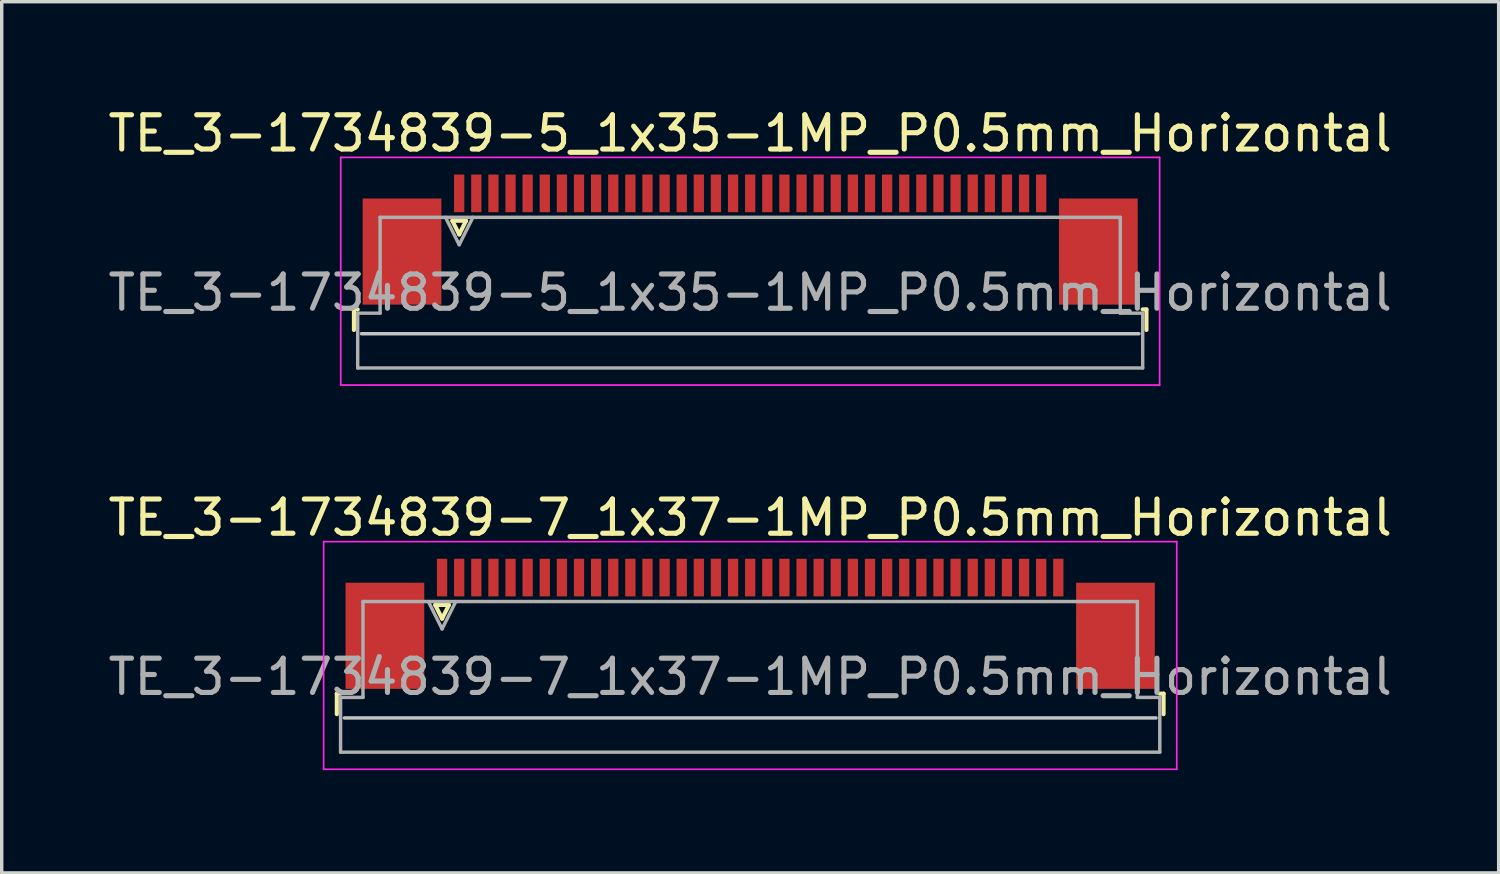
<source format=kicad_pcb>
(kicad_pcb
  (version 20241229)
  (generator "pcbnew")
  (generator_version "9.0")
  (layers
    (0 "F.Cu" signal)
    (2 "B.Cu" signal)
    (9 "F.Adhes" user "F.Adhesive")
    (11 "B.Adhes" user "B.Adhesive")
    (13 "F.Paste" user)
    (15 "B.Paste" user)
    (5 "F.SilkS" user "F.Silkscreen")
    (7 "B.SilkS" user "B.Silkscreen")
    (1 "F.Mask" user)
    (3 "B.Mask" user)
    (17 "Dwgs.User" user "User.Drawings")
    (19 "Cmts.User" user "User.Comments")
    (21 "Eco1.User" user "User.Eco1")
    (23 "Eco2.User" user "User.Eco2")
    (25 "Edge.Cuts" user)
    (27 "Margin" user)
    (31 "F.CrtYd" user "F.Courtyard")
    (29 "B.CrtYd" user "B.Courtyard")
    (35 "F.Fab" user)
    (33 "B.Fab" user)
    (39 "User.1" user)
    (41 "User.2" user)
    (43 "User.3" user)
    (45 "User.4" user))
  (footprint "TE_3-1734839-5_1x35-1MP_P0.5mm_Horizontal"
    (layer "F.Cu")
    (at 18.863 3.948)
    (property "Reference" "TE_3-1734839-5_1x35-1MP_P0.5mm_Horizontal" (at 0 -3.1 0) (layer "F.SilkS") (effects (font (size 1 1) (thickness 0.15))))
    (attr smd)
    (fp_line (start -11.575 2.04) (end -11.575 2.64) (stroke (width 0.12) (type solid)) (layer "F.SilkS"))
    (fp_line (start -11.465 2.04) (end -11.575 2.04) (stroke (width 0.12) (type solid)) (layer "F.SilkS"))
    (fp_line (start -8.7 -0.55) (end -8.5 -0.15) (stroke (width 0.12) (type solid)) (layer "F.SilkS"))
    (fp_line (start -8.5 -0.15) (end -8.3 -0.55) (stroke (width 0.12) (type solid)) (layer "F.SilkS"))
    (fp_line (start -8.3 -0.55) (end -8.7 -0.55) (stroke (width 0.12) (type solid)) (layer "F.SilkS"))
    (fp_line (start 11.465 2.04) (end 11.575 2.04) (stroke (width 0.12) (type solid)) (layer "F.SilkS"))
    (fp_line (start 11.575 2.04) (end 11.575 2.64) (stroke (width 0.12) (type solid)) (layer "F.SilkS"))
    (fp_line (start 11.355 2.75) (end -11.355 2.75) (stroke (width 0.1) (type solid)) (layer "Dwgs.User"))
    (fp_line (start -11.96 -2.4) (end -11.96 4.25) (stroke (width 0.05) (type solid)) (layer "F.CrtYd"))
    (fp_line (start -11.96 4.25) (end 11.96 4.25) (stroke (width 0.05) (type solid)) (layer "F.CrtYd"))
    (fp_line (start 11.96 -2.4) (end -11.96 -2.4) (stroke (width 0.05) (type solid)) (layer "F.CrtYd"))
    (fp_line (start 11.96 4.25) (end 11.96 -2.4) (stroke (width 0.05) (type solid)) (layer "F.CrtYd"))
    (fp_line (start -11.465 2.15) (end -10.81 2.15) (stroke (width 0.1) (type solid)) (layer "F.Fab"))
    (fp_line (start -11.465 3.75) (end -11.465 2.15) (stroke (width 0.1) (type solid)) (layer "F.Fab"))
    (fp_line (start -10.81 -0.65) (end 10.81 -0.65) (stroke (width 0.1) (type solid)) (layer "F.Fab"))
    (fp_line (start -10.81 2.15) (end -10.81 -0.65) (stroke (width 0.1) (type solid)) (layer "F.Fab"))
    (fp_line (start -8.9 -0.65) (end -8.5 0.15) (stroke (width 0.1) (type solid)) (layer "F.Fab"))
    (fp_line (start -8.5 0.15) (end -8.1 -0.65) (stroke (width 0.1) (type solid)) (layer "F.Fab"))
    (fp_line (start 10.81 -0.65) (end 10.81 2.15) (stroke (width 0.1) (type solid)) (layer "F.Fab"))
    (fp_line (start 10.81 2.15) (end 11.465 2.15) (stroke (width 0.1) (type solid)) (layer "F.Fab"))
    (fp_line (start 11.465 2.15) (end 11.465 3.75) (stroke (width 0.1) (type solid)) (layer "F.Fab"))
    (fp_line (start 11.465 3.75) (end -11.465 3.75) (stroke (width 0.1) (type solid)) (layer "F.Fab"))
    (fp_text user "${REFERENCE}" (at 0 1.55 0) (layer "F.Fab") (effects (font (size 1 1) (thickness 0.15))))
    (pad "1" smd rect (at -8.5 -1.35) (size 0.3 1.1) (layers "F.Cu" "F.Mask" "F.Paste"))
    (pad "2" smd rect (at -8 -1.35) (size 0.3 1.1) (layers "F.Cu" "F.Mask" "F.Paste"))
    (pad "3" smd rect (at -7.5 -1.35) (size 0.3 1.1) (layers "F.Cu" "F.Mask" "F.Paste"))
    (pad "4" smd rect (at -7 -1.35) (size 0.3 1.1) (layers "F.Cu" "F.Mask" "F.Paste"))
    (pad "5" smd rect (at -6.5 -1.35) (size 0.3 1.1) (layers "F.Cu" "F.Mask" "F.Paste"))
    (pad "6" smd rect (at -6 -1.35) (size 0.3 1.1) (layers "F.Cu" "F.Mask" "F.Paste"))
    (pad "7" smd rect (at -5.5 -1.35) (size 0.3 1.1) (layers "F.Cu" "F.Mask" "F.Paste"))
    (pad "8" smd rect (at -5 -1.35) (size 0.3 1.1) (layers "F.Cu" "F.Mask" "F.Paste"))
    (pad "9" smd rect (at -4.5 -1.35) (size 0.3 1.1) (layers "F.Cu" "F.Mask" "F.Paste"))
    (pad "10" smd rect (at -4 -1.35) (size 0.3 1.1) (layers "F.Cu" "F.Mask" "F.Paste"))
    (pad "11" smd rect (at -3.5 -1.35) (size 0.3 1.1) (layers "F.Cu" "F.Mask" "F.Paste"))
    (pad "12" smd rect (at -3 -1.35) (size 0.3 1.1) (layers "F.Cu" "F.Mask" "F.Paste"))
    (pad "13" smd rect (at -2.5 -1.35) (size 0.3 1.1) (layers "F.Cu" "F.Mask" "F.Paste"))
    (pad "14" smd rect (at -2 -1.35) (size 0.3 1.1) (layers "F.Cu" "F.Mask" "F.Paste"))
    (pad "15" smd rect (at -1.5 -1.35) (size 0.3 1.1) (layers "F.Cu" "F.Mask" "F.Paste"))
    (pad "16" smd rect (at -1 -1.35) (size 0.3 1.1) (layers "F.Cu" "F.Mask" "F.Paste"))
    (pad "17" smd rect (at -0.5 -1.35) (size 0.3 1.1) (layers "F.Cu" "F.Mask" "F.Paste"))
    (pad "18" smd rect (at 0 -1.35) (size 0.3 1.1) (layers "F.Cu" "F.Mask" "F.Paste"))
    (pad "19" smd rect (at 0.5 -1.35) (size 0.3 1.1) (layers "F.Cu" "F.Mask" "F.Paste"))
    (pad "20" smd rect (at 1 -1.35) (size 0.3 1.1) (layers "F.Cu" "F.Mask" "F.Paste"))
    (pad "21" smd rect (at 1.5 -1.35) (size 0.3 1.1) (layers "F.Cu" "F.Mask" "F.Paste"))
    (pad "22" smd rect (at 2 -1.35) (size 0.3 1.1) (layers "F.Cu" "F.Mask" "F.Paste"))
    (pad "23" smd rect (at 2.5 -1.35) (size 0.3 1.1) (layers "F.Cu" "F.Mask" "F.Paste"))
    (pad "24" smd rect (at 3 -1.35) (size 0.3 1.1) (layers "F.Cu" "F.Mask" "F.Paste"))
    (pad "25" smd rect (at 3.5 -1.35) (size 0.3 1.1) (layers "F.Cu" "F.Mask" "F.Paste"))
    (pad "26" smd rect (at 4 -1.35) (size 0.3 1.1) (layers "F.Cu" "F.Mask" "F.Paste"))
    (pad "27" smd rect (at 4.5 -1.35) (size 0.3 1.1) (layers "F.Cu" "F.Mask" "F.Paste"))
    (pad "28" smd rect (at 5 -1.35) (size 0.3 1.1) (layers "F.Cu" "F.Mask" "F.Paste"))
    (pad "29" smd rect (at 5.5 -1.35) (size 0.3 1.1) (layers "F.Cu" "F.Mask" "F.Paste"))
    (pad "30" smd rect (at 6 -1.35) (size 0.3 1.1) (layers "F.Cu" "F.Mask" "F.Paste"))
    (pad "31" smd rect (at 6.5 -1.35) (size 0.3 1.1) (layers "F.Cu" "F.Mask" "F.Paste"))
    (pad "32" smd rect (at 7 -1.35) (size 0.3 1.1) (layers "F.Cu" "F.Mask" "F.Paste"))
    (pad "33" smd rect (at 7.5 -1.35) (size 0.3 1.1) (layers "F.Cu" "F.Mask" "F.Paste"))
    (pad "34" smd rect (at 8 -1.35) (size 0.3 1.1) (layers "F.Cu" "F.Mask" "F.Paste"))
    (pad "35" smd rect (at 8.5 -1.35) (size 0.3 1.1) (layers "F.Cu" "F.Mask" "F.Paste"))
    (pad "MP" smd rect (at -10.17 0.35) (size 2.3 3.1) (layers "F.Cu" "F.Mask" "F.Paste"))
    (pad "MP" smd rect (at 10.17 0.35) (size 2.3 3.1) (layers "F.Cu" "F.Mask" "F.Paste")))
  (footprint "TE_3-1734839-7_1x37-1MP_P0.5mm_Horizontal"
    (layer "F.Cu")
    (at 18.863 15.171)
    (property "Reference" "TE_3-1734839-7_1x37-1MP_P0.5mm_Horizontal" (at 0 -3.1 0) (layer "F.SilkS") (effects (font (size 1 1) (thickness 0.15))))
    (attr smd)
    (fp_line (start -12.075 2.04) (end -12.075 2.64) (stroke (width 0.12) (type solid)) (layer "F.SilkS"))
    (fp_line (start -11.965 2.04) (end -12.075 2.04) (stroke (width 0.12) (type solid)) (layer "F.SilkS"))
    (fp_line (start -9.2 -0.55) (end -9 -0.15) (stroke (width 0.12) (type solid)) (layer "F.SilkS"))
    (fp_line (start -9 -0.15) (end -8.8 -0.55) (stroke (width 0.12) (type solid)) (layer "F.SilkS"))
    (fp_line (start -8.8 -0.55) (end -9.2 -0.55) (stroke (width 0.12) (type solid)) (layer "F.SilkS"))
    (fp_line (start 11.965 2.04) (end 12.075 2.04) (stroke (width 0.12) (type solid)) (layer "F.SilkS"))
    (fp_line (start 12.075 2.04) (end 12.075 2.64) (stroke (width 0.12) (type solid)) (layer "F.SilkS"))
    (fp_line (start 11.855 2.75) (end -11.855 2.75) (stroke (width 0.1) (type solid)) (layer "Dwgs.User"))
    (fp_line (start -12.46 -2.4) (end -12.46 4.25) (stroke (width 0.05) (type solid)) (layer "F.CrtYd"))
    (fp_line (start -12.46 4.25) (end 12.46 4.25) (stroke (width 0.05) (type solid)) (layer "F.CrtYd"))
    (fp_line (start 12.46 -2.4) (end -12.46 -2.4) (stroke (width 0.05) (type solid)) (layer "F.CrtYd"))
    (fp_line (start 12.46 4.25) (end 12.46 -2.4) (stroke (width 0.05) (type solid)) (layer "F.CrtYd"))
    (fp_line (start -11.965 2.15) (end -11.31 2.15) (stroke (width 0.1) (type solid)) (layer "F.Fab"))
    (fp_line (start -11.965 3.75) (end -11.965 2.15) (stroke (width 0.1) (type solid)) (layer "F.Fab"))
    (fp_line (start -11.31 -0.65) (end 11.31 -0.65) (stroke (width 0.1) (type solid)) (layer "F.Fab"))
    (fp_line (start -11.31 2.15) (end -11.31 -0.65) (stroke (width 0.1) (type solid)) (layer "F.Fab"))
    (fp_line (start -9.4 -0.65) (end -9 0.15) (stroke (width 0.1) (type solid)) (layer "F.Fab"))
    (fp_line (start -9 0.15) (end -8.6 -0.65) (stroke (width 0.1) (type solid)) (layer "F.Fab"))
    (fp_line (start 11.31 -0.65) (end 11.31 2.15) (stroke (width 0.1) (type solid)) (layer "F.Fab"))
    (fp_line (start 11.31 2.15) (end 11.965 2.15) (stroke (width 0.1) (type solid)) (layer "F.Fab"))
    (fp_line (start 11.965 2.15) (end 11.965 3.75) (stroke (width 0.1) (type solid)) (layer "F.Fab"))
    (fp_line (start 11.965 3.75) (end -11.965 3.75) (stroke (width 0.1) (type solid)) (layer "F.Fab"))
    (fp_text user "${REFERENCE}" (at 0 1.55 0) (layer "F.Fab") (effects (font (size 1 1) (thickness 0.15))))
    (pad "1" smd rect (at -9 -1.35) (size 0.3 1.1) (layers "F.Cu" "F.Mask" "F.Paste"))
    (pad "2" smd rect (at -8.5 -1.35) (size 0.3 1.1) (layers "F.Cu" "F.Mask" "F.Paste"))
    (pad "3" smd rect (at -8 -1.35) (size 0.3 1.1) (layers "F.Cu" "F.Mask" "F.Paste"))
    (pad "4" smd rect (at -7.5 -1.35) (size 0.3 1.1) (layers "F.Cu" "F.Mask" "F.Paste"))
    (pad "5" smd rect (at -7 -1.35) (size 0.3 1.1) (layers "F.Cu" "F.Mask" "F.Paste"))
    (pad "6" smd rect (at -6.5 -1.35) (size 0.3 1.1) (layers "F.Cu" "F.Mask" "F.Paste"))
    (pad "7" smd rect (at -6 -1.35) (size 0.3 1.1) (layers "F.Cu" "F.Mask" "F.Paste"))
    (pad "8" smd rect (at -5.5 -1.35) (size 0.3 1.1) (layers "F.Cu" "F.Mask" "F.Paste"))
    (pad "9" smd rect (at -5 -1.35) (size 0.3 1.1) (layers "F.Cu" "F.Mask" "F.Paste"))
    (pad "10" smd rect (at -4.5 -1.35) (size 0.3 1.1) (layers "F.Cu" "F.Mask" "F.Paste"))
    (pad "11" smd rect (at -4 -1.35) (size 0.3 1.1) (layers "F.Cu" "F.Mask" "F.Paste"))
    (pad "12" smd rect (at -3.5 -1.35) (size 0.3 1.1) (layers "F.Cu" "F.Mask" "F.Paste"))
    (pad "13" smd rect (at -3 -1.35) (size 0.3 1.1) (layers "F.Cu" "F.Mask" "F.Paste"))
    (pad "14" smd rect (at -2.5 -1.35) (size 0.3 1.1) (layers "F.Cu" "F.Mask" "F.Paste"))
    (pad "15" smd rect (at -2 -1.35) (size 0.3 1.1) (layers "F.Cu" "F.Mask" "F.Paste"))
    (pad "16" smd rect (at -1.5 -1.35) (size 0.3 1.1) (layers "F.Cu" "F.Mask" "F.Paste"))
    (pad "17" smd rect (at -1 -1.35) (size 0.3 1.1) (layers "F.Cu" "F.Mask" "F.Paste"))
    (pad "18" smd rect (at -0.5 -1.35) (size 0.3 1.1) (layers "F.Cu" "F.Mask" "F.Paste"))
    (pad "19" smd rect (at 0 -1.35) (size 0.3 1.1) (layers "F.Cu" "F.Mask" "F.Paste"))
    (pad "20" smd rect (at 0.5 -1.35) (size 0.3 1.1) (layers "F.Cu" "F.Mask" "F.Paste"))
    (pad "21" smd rect (at 1 -1.35) (size 0.3 1.1) (layers "F.Cu" "F.Mask" "F.Paste"))
    (pad "22" smd rect (at 1.5 -1.35) (size 0.3 1.1) (layers "F.Cu" "F.Mask" "F.Paste"))
    (pad "23" smd rect (at 2 -1.35) (size 0.3 1.1) (layers "F.Cu" "F.Mask" "F.Paste"))
    (pad "24" smd rect (at 2.5 -1.35) (size 0.3 1.1) (layers "F.Cu" "F.Mask" "F.Paste"))
    (pad "25" smd rect (at 3 -1.35) (size 0.3 1.1) (layers "F.Cu" "F.Mask" "F.Paste"))
    (pad "26" smd rect (at 3.5 -1.35) (size 0.3 1.1) (layers "F.Cu" "F.Mask" "F.Paste"))
    (pad "27" smd rect (at 4 -1.35) (size 0.3 1.1) (layers "F.Cu" "F.Mask" "F.Paste"))
    (pad "28" smd rect (at 4.5 -1.35) (size 0.3 1.1) (layers "F.Cu" "F.Mask" "F.Paste"))
    (pad "29" smd rect (at 5 -1.35) (size 0.3 1.1) (layers "F.Cu" "F.Mask" "F.Paste"))
    (pad "30" smd rect (at 5.5 -1.35) (size 0.3 1.1) (layers "F.Cu" "F.Mask" "F.Paste"))
    (pad "31" smd rect (at 6 -1.35) (size 0.3 1.1) (layers "F.Cu" "F.Mask" "F.Paste"))
    (pad "32" smd rect (at 6.5 -1.35) (size 0.3 1.1) (layers "F.Cu" "F.Mask" "F.Paste"))
    (pad "33" smd rect (at 7 -1.35) (size 0.3 1.1) (layers "F.Cu" "F.Mask" "F.Paste"))
    (pad "34" smd rect (at 7.5 -1.35) (size 0.3 1.1) (layers "F.Cu" "F.Mask" "F.Paste"))
    (pad "35" smd rect (at 8 -1.35) (size 0.3 1.1) (layers "F.Cu" "F.Mask" "F.Paste"))
    (pad "36" smd rect (at 8.5 -1.35) (size 0.3 1.1) (layers "F.Cu" "F.Mask" "F.Paste"))
    (pad "37" smd rect (at 9 -1.35) (size 0.3 1.1) (layers "F.Cu" "F.Mask" "F.Paste"))
    (pad "MP" smd rect (at -10.67 0.35) (size 2.3 3.1) (layers "F.Cu" "F.Mask" "F.Paste"))
    (pad "MP" smd rect (at 10.67 0.35) (size 2.3 3.1) (layers "F.Cu" "F.Mask" "F.Paste")))
  (gr_rect
    (start -3 -3)
    (end 40.726 22.447)
    (stroke (width 0.1) (type default))
    (fill no)
    (layer "Edge.Cuts")))
</source>
